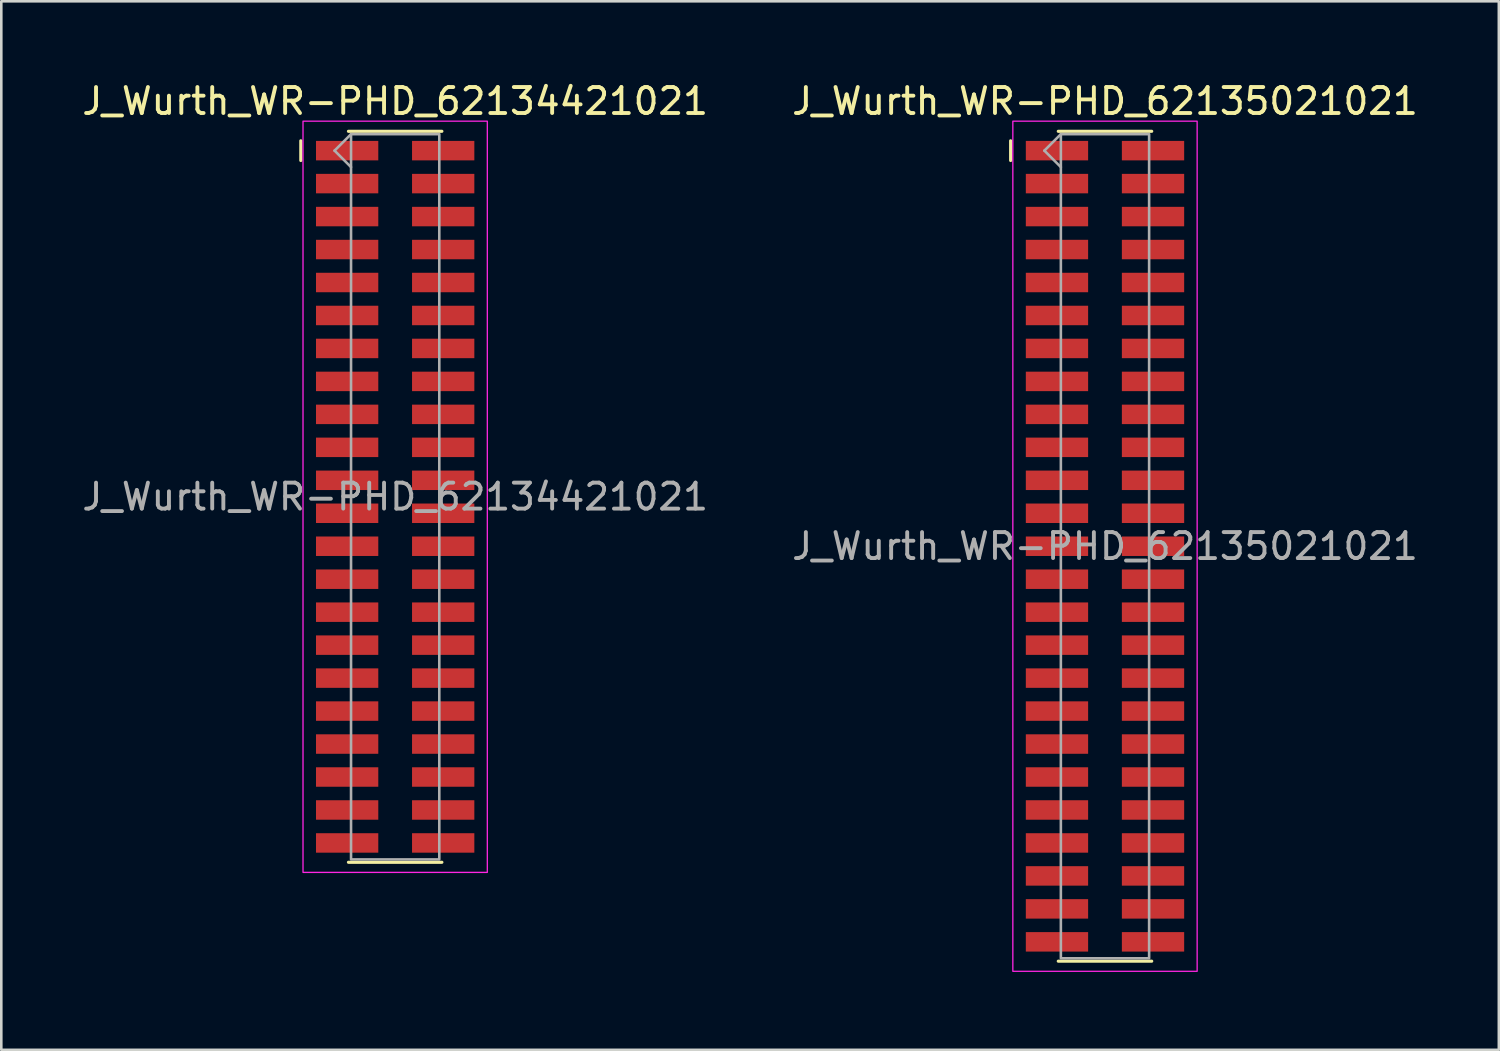
<source format=kicad_pcb>
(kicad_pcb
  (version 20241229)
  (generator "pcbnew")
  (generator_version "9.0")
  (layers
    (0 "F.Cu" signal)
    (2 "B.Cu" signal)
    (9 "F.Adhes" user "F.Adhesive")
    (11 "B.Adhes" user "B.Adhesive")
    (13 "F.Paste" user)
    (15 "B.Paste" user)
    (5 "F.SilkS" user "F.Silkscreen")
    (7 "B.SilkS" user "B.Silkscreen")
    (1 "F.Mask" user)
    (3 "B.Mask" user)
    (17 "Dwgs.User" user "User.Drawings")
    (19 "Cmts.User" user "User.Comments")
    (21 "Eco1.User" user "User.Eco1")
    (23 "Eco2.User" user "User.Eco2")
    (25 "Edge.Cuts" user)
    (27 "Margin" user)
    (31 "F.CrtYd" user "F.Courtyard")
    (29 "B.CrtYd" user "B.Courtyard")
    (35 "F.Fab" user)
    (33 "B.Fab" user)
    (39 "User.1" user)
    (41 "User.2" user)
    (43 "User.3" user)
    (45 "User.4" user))
  (footprint "J_Wurth_WR-PHD_62135021021"
    (layer "F.Cu")
    (at 39.518 17.993)
    (property "Reference" "J_Wurth_WR-PHD_62135021021" (at 0 -17.145 0) (unlocked yes) (layer "F.SilkS") (effects (font (size 1 1) (thickness 0.15))))
    (attr smd)
    (fp_line (start -3.635 -15.62) (end -3.635 -14.86) (stroke (width 0.12) (type solid)) (layer "F.SilkS"))
    (fp_line (start 1.8 -15.985) (end -1.8 -15.985) (stroke (width 0.12) (type solid)) (layer "F.SilkS"))
    (fp_line (start 1.8 15.985) (end -1.8 15.985) (stroke (width 0.12) (type solid)) (layer "F.SilkS"))
    (fp_rect (start -3.55 -16.375) (end 3.55 16.375) (stroke (width 0.05) (type solid)) (fill no) (layer "F.CrtYd"))
    (fp_line (start -2.335 -15.24) (end -1.7 -14.605) (stroke (width 0.1) (type default)) (layer "F.Fab"))
    (fp_line (start -1.7 -15.875) (end -2.335 -15.24) (stroke (width 0.1) (type default)) (layer "F.Fab"))
    (fp_rect (start -1.7 -15.875) (end 1.7 15.875) (stroke (width 0.1) (type solid)) (fill no) (layer "F.Fab"))
    (fp_text user "${REFERENCE}" (at 0 0 0) (unlocked yes) (layer "F.Fab") (effects (font (size 1 1) (thickness 0.15))))
    (pad "1" smd rect (at -1.85 -15.24 270) (size 0.75 2.4) (layers "F.Cu" "F.Mask" "F.Paste"))
    (pad "2" smd rect (at 1.85 -15.24 270) (size 0.75 2.4) (layers "F.Cu" "F.Mask" "F.Paste"))
    (pad "3" smd rect (at -1.85 -13.97 270) (size 0.75 2.4) (layers "F.Cu" "F.Mask" "F.Paste"))
    (pad "4" smd rect (at 1.85 -13.97 270) (size 0.75 2.4) (layers "F.Cu" "F.Mask" "F.Paste"))
    (pad "5" smd rect (at -1.85 -12.7 270) (size 0.75 2.4) (layers "F.Cu" "F.Mask" "F.Paste"))
    (pad "6" smd rect (at 1.85 -12.7 270) (size 0.75 2.4) (layers "F.Cu" "F.Mask" "F.Paste"))
    (pad "7" smd rect (at -1.85 -11.43 270) (size 0.75 2.4) (layers "F.Cu" "F.Mask" "F.Paste"))
    (pad "8" smd rect (at 1.85 -11.43 270) (size 0.75 2.4) (layers "F.Cu" "F.Mask" "F.Paste"))
    (pad "9" smd rect (at -1.85 -10.16 270) (size 0.75 2.4) (layers "F.Cu" "F.Mask" "F.Paste"))
    (pad "10" smd rect (at 1.85 -10.16 270) (size 0.75 2.4) (layers "F.Cu" "F.Mask" "F.Paste"))
    (pad "11" smd rect (at -1.85 -8.89 270) (size 0.75 2.4) (layers "F.Cu" "F.Mask" "F.Paste"))
    (pad "12" smd rect (at 1.85 -8.89 270) (size 0.75 2.4) (layers "F.Cu" "F.Mask" "F.Paste"))
    (pad "13" smd rect (at -1.85 -7.62 270) (size 0.75 2.4) (layers "F.Cu" "F.Mask" "F.Paste"))
    (pad "14" smd rect (at 1.85 -7.62 270) (size 0.75 2.4) (layers "F.Cu" "F.Mask" "F.Paste"))
    (pad "15" smd rect (at -1.85 -6.35 270) (size 0.75 2.4) (layers "F.Cu" "F.Mask" "F.Paste"))
    (pad "16" smd rect (at 1.85 -6.35 270) (size 0.75 2.4) (layers "F.Cu" "F.Mask" "F.Paste"))
    (pad "17" smd rect (at -1.85 -5.08 270) (size 0.75 2.4) (layers "F.Cu" "F.Mask" "F.Paste"))
    (pad "18" smd rect (at 1.85 -5.08 270) (size 0.75 2.4) (layers "F.Cu" "F.Mask" "F.Paste"))
    (pad "19" smd rect (at -1.85 -3.81 270) (size 0.75 2.4) (layers "F.Cu" "F.Mask" "F.Paste"))
    (pad "20" smd rect (at 1.85 -3.81 270) (size 0.75 2.4) (layers "F.Cu" "F.Mask" "F.Paste"))
    (pad "21" smd rect (at -1.85 -2.54 270) (size 0.75 2.4) (layers "F.Cu" "F.Mask" "F.Paste"))
    (pad "22" smd rect (at 1.85 -2.54 270) (size 0.75 2.4) (layers "F.Cu" "F.Mask" "F.Paste"))
    (pad "23" smd rect (at -1.85 -1.27 270) (size 0.75 2.4) (layers "F.Cu" "F.Mask" "F.Paste"))
    (pad "24" smd rect (at 1.85 -1.27 270) (size 0.75 2.4) (layers "F.Cu" "F.Mask" "F.Paste"))
    (pad "25" smd rect (at -1.85 0 270) (size 0.75 2.4) (layers "F.Cu" "F.Mask" "F.Paste"))
    (pad "26" smd rect (at 1.85 0 270) (size 0.75 2.4) (layers "F.Cu" "F.Mask" "F.Paste"))
    (pad "27" smd rect (at -1.85 1.27 270) (size 0.75 2.4) (layers "F.Cu" "F.Mask" "F.Paste"))
    (pad "28" smd rect (at 1.85 1.27 270) (size 0.75 2.4) (layers "F.Cu" "F.Mask" "F.Paste"))
    (pad "29" smd rect (at -1.85 2.54 270) (size 0.75 2.4) (layers "F.Cu" "F.Mask" "F.Paste"))
    (pad "30" smd rect (at 1.85 2.54 270) (size 0.75 2.4) (layers "F.Cu" "F.Mask" "F.Paste"))
    (pad "31" smd rect (at -1.85 3.81 270) (size 0.75 2.4) (layers "F.Cu" "F.Mask" "F.Paste"))
    (pad "32" smd rect (at 1.85 3.81 270) (size 0.75 2.4) (layers "F.Cu" "F.Mask" "F.Paste"))
    (pad "33" smd rect (at -1.85 5.08 270) (size 0.75 2.4) (layers "F.Cu" "F.Mask" "F.Paste"))
    (pad "34" smd rect (at 1.85 5.08 270) (size 0.75 2.4) (layers "F.Cu" "F.Mask" "F.Paste"))
    (pad "35" smd rect (at -1.85 6.35 270) (size 0.75 2.4) (layers "F.Cu" "F.Mask" "F.Paste"))
    (pad "36" smd rect (at 1.85 6.35 270) (size 0.75 2.4) (layers "F.Cu" "F.Mask" "F.Paste"))
    (pad "37" smd rect (at -1.85 7.62 270) (size 0.75 2.4) (layers "F.Cu" "F.Mask" "F.Paste"))
    (pad "38" smd rect (at 1.85 7.62 270) (size 0.75 2.4) (layers "F.Cu" "F.Mask" "F.Paste"))
    (pad "39" smd rect (at -1.85 8.89 270) (size 0.75 2.4) (layers "F.Cu" "F.Mask" "F.Paste"))
    (pad "40" smd rect (at 1.85 8.89 270) (size 0.75 2.4) (layers "F.Cu" "F.Mask" "F.Paste"))
    (pad "41" smd rect (at -1.85 10.16 270) (size 0.75 2.4) (layers "F.Cu" "F.Mask" "F.Paste"))
    (pad "42" smd rect (at 1.85 10.16 270) (size 0.75 2.4) (layers "F.Cu" "F.Mask" "F.Paste"))
    (pad "43" smd rect (at -1.85 11.43 270) (size 0.75 2.4) (layers "F.Cu" "F.Mask" "F.Paste"))
    (pad "44" smd rect (at 1.85 11.43 270) (size 0.75 2.4) (layers "F.Cu" "F.Mask" "F.Paste"))
    (pad "45" smd rect (at -1.85 12.7 270) (size 0.75 2.4) (layers "F.Cu" "F.Mask" "F.Paste"))
    (pad "46" smd rect (at 1.85 12.7 270) (size 0.75 2.4) (layers "F.Cu" "F.Mask" "F.Paste"))
    (pad "47" smd rect (at -1.85 13.97 270) (size 0.75 2.4) (layers "F.Cu" "F.Mask" "F.Paste"))
    (pad "48" smd rect (at 1.85 13.97 270) (size 0.75 2.4) (layers "F.Cu" "F.Mask" "F.Paste"))
    (pad "49" smd rect (at -1.85 15.24 270) (size 0.75 2.4) (layers "F.Cu" "F.Mask" "F.Paste"))
    (pad "50" smd rect (at 1.85 15.24 270) (size 0.75 2.4) (layers "F.Cu" "F.Mask" "F.Paste")))
  (footprint "J_Wurth_WR-PHD_62134421021"
    (layer "F.Cu")
    (at 12.173 16.088)
    (property "Reference" "J_Wurth_WR-PHD_62134421021" (at 0 -15.24 0) (unlocked yes) (layer "F.SilkS") (effects (font (size 1 1) (thickness 0.15))))
    (attr smd)
    (fp_line (start -3.635 -13.715) (end -3.635 -12.955) (stroke (width 0.12) (type solid)) (layer "F.SilkS"))
    (fp_line (start 1.8 -14.08) (end -1.8 -14.08) (stroke (width 0.12) (type solid)) (layer "F.SilkS"))
    (fp_line (start 1.8 14.08) (end -1.8 14.08) (stroke (width 0.12) (type solid)) (layer "F.SilkS"))
    (fp_rect (start -3.55 -14.47) (end 3.55 14.47) (stroke (width 0.05) (type solid)) (fill no) (layer "F.CrtYd"))
    (fp_line (start -2.335 -13.335) (end -1.7 -12.7) (stroke (width 0.1) (type default)) (layer "F.Fab"))
    (fp_line (start -1.7 -13.97) (end -2.335 -13.335) (stroke (width 0.1) (type default)) (layer "F.Fab"))
    (fp_rect (start -1.7 -13.97) (end 1.7 13.97) (stroke (width 0.1) (type solid)) (fill no) (layer "F.Fab"))
    (fp_text user "${REFERENCE}" (at 0 0 0) (unlocked yes) (layer "F.Fab") (effects (font (size 1 1) (thickness 0.15))))
    (pad "1" smd rect (at -1.85 -13.335 270) (size 0.75 2.4) (layers "F.Cu" "F.Mask" "F.Paste"))
    (pad "2" smd rect (at 1.85 -13.335 270) (size 0.75 2.4) (layers "F.Cu" "F.Mask" "F.Paste"))
    (pad "3" smd rect (at -1.85 -12.065 270) (size 0.75 2.4) (layers "F.Cu" "F.Mask" "F.Paste"))
    (pad "4" smd rect (at 1.85 -12.065 270) (size 0.75 2.4) (layers "F.Cu" "F.Mask" "F.Paste"))
    (pad "5" smd rect (at -1.85 -10.795 270) (size 0.75 2.4) (layers "F.Cu" "F.Mask" "F.Paste"))
    (pad "6" smd rect (at 1.85 -10.795 270) (size 0.75 2.4) (layers "F.Cu" "F.Mask" "F.Paste"))
    (pad "7" smd rect (at -1.85 -9.525 270) (size 0.75 2.4) (layers "F.Cu" "F.Mask" "F.Paste"))
    (pad "8" smd rect (at 1.85 -9.525 270) (size 0.75 2.4) (layers "F.Cu" "F.Mask" "F.Paste"))
    (pad "9" smd rect (at -1.85 -8.255 270) (size 0.75 2.4) (layers "F.Cu" "F.Mask" "F.Paste"))
    (pad "10" smd rect (at 1.85 -8.255 270) (size 0.75 2.4) (layers "F.Cu" "F.Mask" "F.Paste"))
    (pad "11" smd rect (at -1.85 -6.985 270) (size 0.75 2.4) (layers "F.Cu" "F.Mask" "F.Paste"))
    (pad "12" smd rect (at 1.85 -6.985 270) (size 0.75 2.4) (layers "F.Cu" "F.Mask" "F.Paste"))
    (pad "13" smd rect (at -1.85 -5.715 270) (size 0.75 2.4) (layers "F.Cu" "F.Mask" "F.Paste"))
    (pad "14" smd rect (at 1.85 -5.715 270) (size 0.75 2.4) (layers "F.Cu" "F.Mask" "F.Paste"))
    (pad "15" smd rect (at -1.85 -4.445 270) (size 0.75 2.4) (layers "F.Cu" "F.Mask" "F.Paste"))
    (pad "16" smd rect (at 1.85 -4.445 270) (size 0.75 2.4) (layers "F.Cu" "F.Mask" "F.Paste"))
    (pad "17" smd rect (at -1.85 -3.175 270) (size 0.75 2.4) (layers "F.Cu" "F.Mask" "F.Paste"))
    (pad "18" smd rect (at 1.85 -3.175 270) (size 0.75 2.4) (layers "F.Cu" "F.Mask" "F.Paste"))
    (pad "19" smd rect (at -1.85 -1.905 270) (size 0.75 2.4) (layers "F.Cu" "F.Mask" "F.Paste"))
    (pad "20" smd rect (at 1.85 -1.905 270) (size 0.75 2.4) (layers "F.Cu" "F.Mask" "F.Paste"))
    (pad "21" smd rect (at -1.85 -0.635 270) (size 0.75 2.4) (layers "F.Cu" "F.Mask" "F.Paste"))
    (pad "22" smd rect (at 1.85 -0.635 270) (size 0.75 2.4) (layers "F.Cu" "F.Mask" "F.Paste"))
    (pad "23" smd rect (at -1.85 0.635 270) (size 0.75 2.4) (layers "F.Cu" "F.Mask" "F.Paste"))
    (pad "24" smd rect (at 1.85 0.635 270) (size 0.75 2.4) (layers "F.Cu" "F.Mask" "F.Paste"))
    (pad "25" smd rect (at -1.85 1.905 270) (size 0.75 2.4) (layers "F.Cu" "F.Mask" "F.Paste"))
    (pad "26" smd rect (at 1.85 1.905 270) (size 0.75 2.4) (layers "F.Cu" "F.Mask" "F.Paste"))
    (pad "27" smd rect (at -1.85 3.175 270) (size 0.75 2.4) (layers "F.Cu" "F.Mask" "F.Paste"))
    (pad "28" smd rect (at 1.85 3.175 270) (size 0.75 2.4) (layers "F.Cu" "F.Mask" "F.Paste"))
    (pad "29" smd rect (at -1.85 4.445 270) (size 0.75 2.4) (layers "F.Cu" "F.Mask" "F.Paste"))
    (pad "30" smd rect (at 1.85 4.445 270) (size 0.75 2.4) (layers "F.Cu" "F.Mask" "F.Paste"))
    (pad "31" smd rect (at -1.85 5.715 270) (size 0.75 2.4) (layers "F.Cu" "F.Mask" "F.Paste"))
    (pad "32" smd rect (at 1.85 5.715 270) (size 0.75 2.4) (layers "F.Cu" "F.Mask" "F.Paste"))
    (pad "33" smd rect (at -1.85 6.985 270) (size 0.75 2.4) (layers "F.Cu" "F.Mask" "F.Paste"))
    (pad "34" smd rect (at 1.85 6.985 270) (size 0.75 2.4) (layers "F.Cu" "F.Mask" "F.Paste"))
    (pad "35" smd rect (at -1.85 8.255 270) (size 0.75 2.4) (layers "F.Cu" "F.Mask" "F.Paste"))
    (pad "36" smd rect (at 1.85 8.255 270) (size 0.75 2.4) (layers "F.Cu" "F.Mask" "F.Paste"))
    (pad "37" smd rect (at -1.85 9.525 270) (size 0.75 2.4) (layers "F.Cu" "F.Mask" "F.Paste"))
    (pad "38" smd rect (at 1.85 9.525 270) (size 0.75 2.4) (layers "F.Cu" "F.Mask" "F.Paste"))
    (pad "39" smd rect (at -1.85 10.795 270) (size 0.75 2.4) (layers "F.Cu" "F.Mask" "F.Paste"))
    (pad "40" smd rect (at 1.85 10.795 270) (size 0.75 2.4) (layers "F.Cu" "F.Mask" "F.Paste"))
    (pad "41" smd rect (at -1.85 12.065 270) (size 0.75 2.4) (layers "F.Cu" "F.Mask" "F.Paste"))
    (pad "42" smd rect (at 1.85 12.065 270) (size 0.75 2.4) (layers "F.Cu" "F.Mask" "F.Paste"))
    (pad "43" smd rect (at -1.85 13.335 270) (size 0.75 2.4) (layers "F.Cu" "F.Mask" "F.Paste"))
    (pad "44" smd rect (at 1.85 13.335 270) (size 0.75 2.4) (layers "F.Cu" "F.Mask" "F.Paste")))
  (gr_rect
    (start -3 -3)
    (end 54.69 37.393)
    (stroke (width 0.1) (type default))
    (fill no)
    (layer "Edge.Cuts")))
</source>
